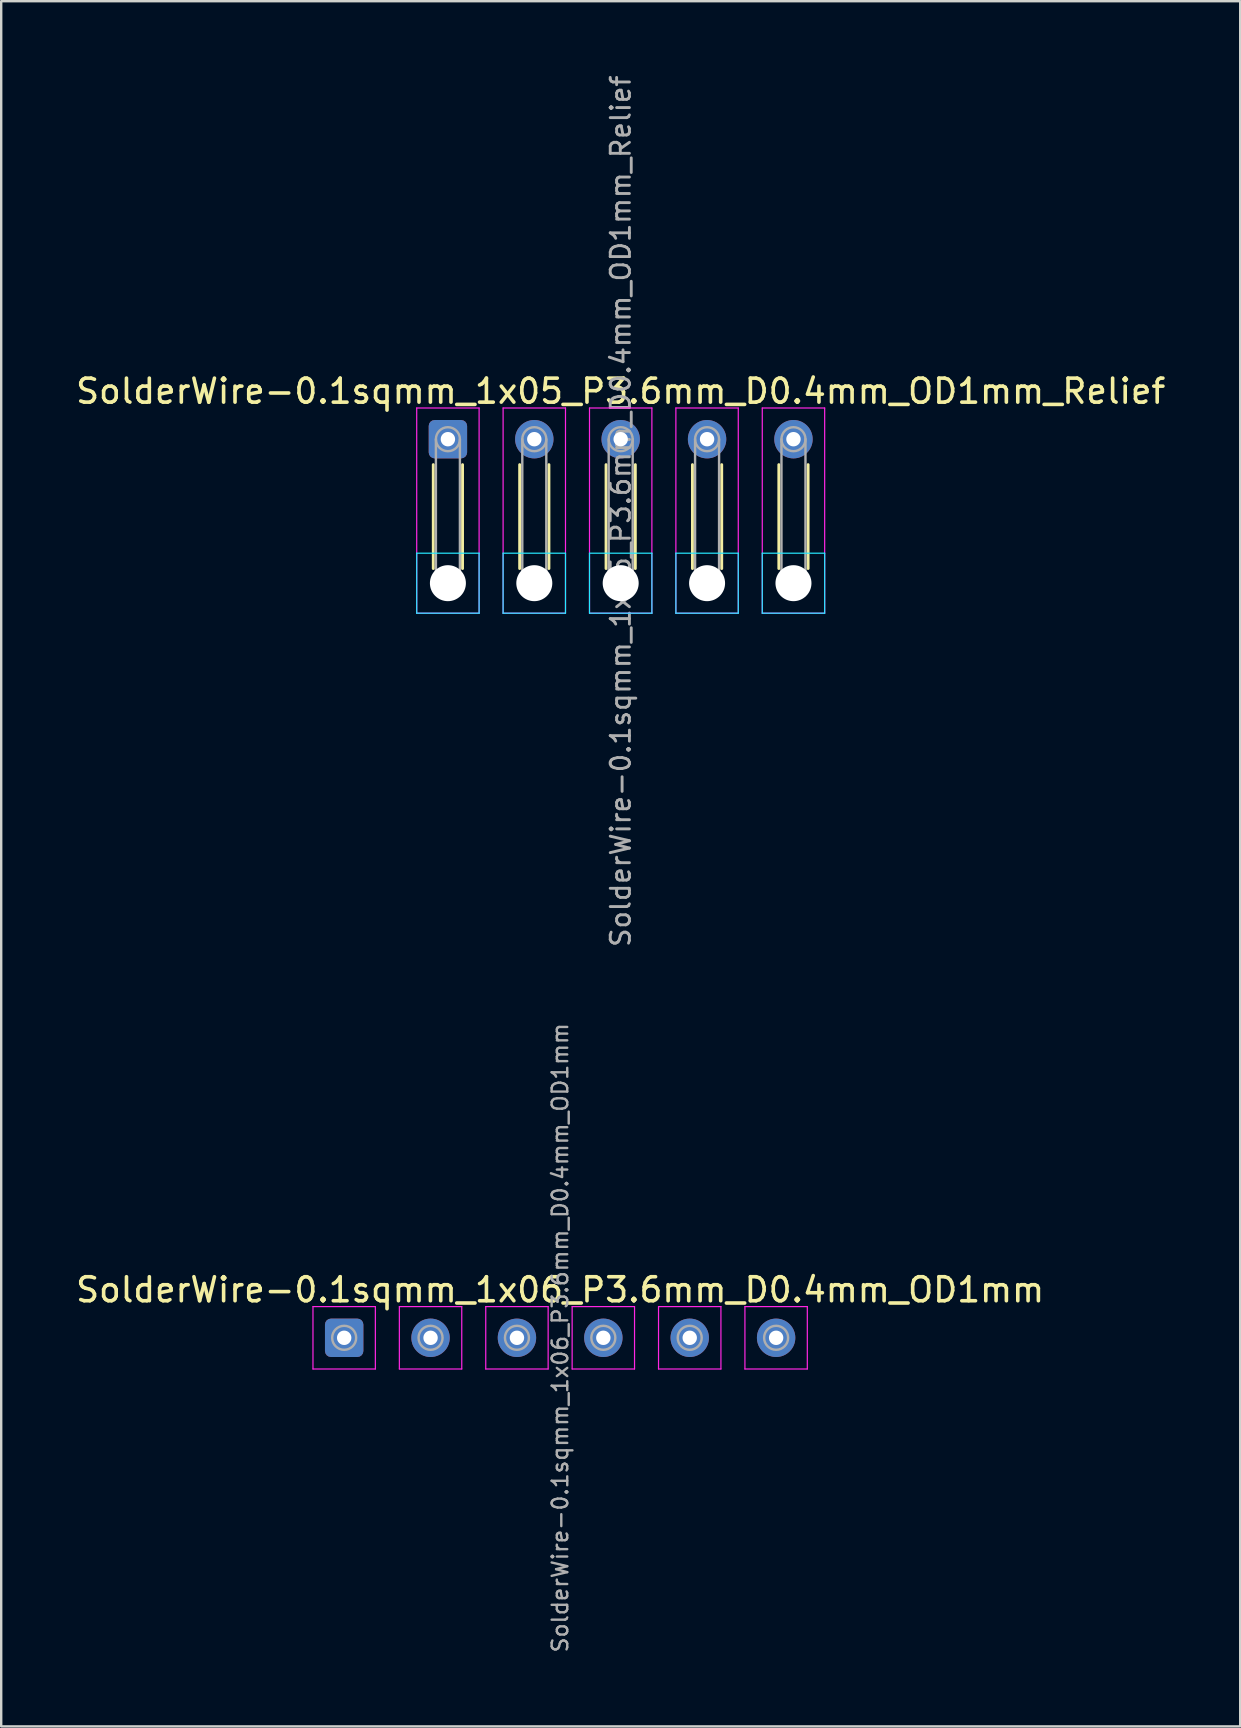
<source format=kicad_pcb>
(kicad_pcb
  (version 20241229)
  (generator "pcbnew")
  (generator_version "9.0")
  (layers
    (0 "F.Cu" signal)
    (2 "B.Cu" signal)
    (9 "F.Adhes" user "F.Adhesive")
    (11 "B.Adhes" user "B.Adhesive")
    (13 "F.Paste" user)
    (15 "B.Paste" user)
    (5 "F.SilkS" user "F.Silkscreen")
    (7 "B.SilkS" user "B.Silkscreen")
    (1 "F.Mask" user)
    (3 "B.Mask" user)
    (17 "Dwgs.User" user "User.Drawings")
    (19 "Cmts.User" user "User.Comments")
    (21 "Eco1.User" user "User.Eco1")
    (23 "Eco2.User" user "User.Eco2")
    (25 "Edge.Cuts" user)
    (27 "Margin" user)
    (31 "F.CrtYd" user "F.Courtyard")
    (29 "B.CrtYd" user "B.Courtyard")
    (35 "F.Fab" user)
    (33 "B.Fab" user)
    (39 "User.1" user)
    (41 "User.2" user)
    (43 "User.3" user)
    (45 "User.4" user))
  (footprint "SolderWire-0.1sqmm_1x05_P3.6mm_D0.4mm_OD1mm_Relief"
    (layer "F.Cu")
    (at 15.615 15.252)
    (property "Reference" "SolderWire-0.1sqmm_1x05_P3.6mm_D0.4mm_OD1mm_Relief" (at 7.2 -2 0) (layer "F.SilkS") (effects (font (size 1 1) (thickness 0.15))))
    (attr exclude_from_pos_files exclude_from_bom)
    (fp_line (start -0.61 1.06) (end -0.61 5.39) (stroke (width 0.12) (type solid)) (layer "F.SilkS"))
    (fp_line (start 0.61 1.06) (end 0.61 5.39) (stroke (width 0.12) (type solid)) (layer "F.SilkS"))
    (fp_line (start 2.99 1.06) (end 2.99 5.39) (stroke (width 0.12) (type solid)) (layer "F.SilkS"))
    (fp_line (start 4.21 1.06) (end 4.21 5.39) (stroke (width 0.12) (type solid)) (layer "F.SilkS"))
    (fp_line (start 6.59 1.06) (end 6.59 5.39) (stroke (width 0.12) (type solid)) (layer "F.SilkS"))
    (fp_line (start 7.81 1.06) (end 7.81 5.39) (stroke (width 0.12) (type solid)) (layer "F.SilkS"))
    (fp_line (start 10.19 1.06) (end 10.19 5.39) (stroke (width 0.12) (type solid)) (layer "F.SilkS"))
    (fp_line (start 11.41 1.06) (end 11.41 5.39) (stroke (width 0.12) (type solid)) (layer "F.SilkS"))
    (fp_line (start 13.79 1.06) (end 13.79 5.39) (stroke (width 0.12) (type solid)) (layer "F.SilkS"))
    (fp_line (start 15.01 1.06) (end 15.01 5.39) (stroke (width 0.12) (type solid)) (layer "F.SilkS"))
    (fp_line (start -1.3 4.75) (end -1.3 7.25) (stroke (width 0.05) (type solid)) (layer "B.CrtYd"))
    (fp_line (start -1.3 7.25) (end 1.3 7.25) (stroke (width 0.05) (type solid)) (layer "B.CrtYd"))
    (fp_line (start 1.3 4.75) (end -1.3 4.75) (stroke (width 0.05) (type solid)) (layer "B.CrtYd"))
    (fp_line (start 1.3 7.25) (end 1.3 4.75) (stroke (width 0.05) (type solid)) (layer "B.CrtYd"))
    (fp_line (start 2.3 4.75) (end 2.3 7.25) (stroke (width 0.05) (type solid)) (layer "B.CrtYd"))
    (fp_line (start 2.3 7.25) (end 4.9 7.25) (stroke (width 0.05) (type solid)) (layer "B.CrtYd"))
    (fp_line (start 4.9 4.75) (end 2.3 4.75) (stroke (width 0.05) (type solid)) (layer "B.CrtYd"))
    (fp_line (start 4.9 7.25) (end 4.9 4.75) (stroke (width 0.05) (type solid)) (layer "B.CrtYd"))
    (fp_line (start 5.9 4.75) (end 5.9 7.25) (stroke (width 0.05) (type solid)) (layer "B.CrtYd"))
    (fp_line (start 5.9 7.25) (end 8.5 7.25) (stroke (width 0.05) (type solid)) (layer "B.CrtYd"))
    (fp_line (start 8.5 4.75) (end 5.9 4.75) (stroke (width 0.05) (type solid)) (layer "B.CrtYd"))
    (fp_line (start 8.5 7.25) (end 8.5 4.75) (stroke (width 0.05) (type solid)) (layer "B.CrtYd"))
    (fp_line (start 9.5 4.75) (end 9.5 7.25) (stroke (width 0.05) (type solid)) (layer "B.CrtYd"))
    (fp_line (start 9.5 7.25) (end 12.1 7.25) (stroke (width 0.05) (type solid)) (layer "B.CrtYd"))
    (fp_line (start 12.1 4.75) (end 9.5 4.75) (stroke (width 0.05) (type solid)) (layer "B.CrtYd"))
    (fp_line (start 12.1 7.25) (end 12.1 4.75) (stroke (width 0.05) (type solid)) (layer "B.CrtYd"))
    (fp_line (start 13.1 4.75) (end 13.1 7.25) (stroke (width 0.05) (type solid)) (layer "B.CrtYd"))
    (fp_line (start 13.1 7.25) (end 15.7 7.25) (stroke (width 0.05) (type solid)) (layer "B.CrtYd"))
    (fp_line (start 15.7 4.75) (end 13.1 4.75) (stroke (width 0.05) (type solid)) (layer "B.CrtYd"))
    (fp_line (start 15.7 7.25) (end 15.7 4.75) (stroke (width 0.05) (type solid)) (layer "B.CrtYd"))
    (fp_line (start -1.3 -1.3) (end -1.3 7.25) (stroke (width 0.05) (type solid)) (layer "F.CrtYd"))
    (fp_line (start -1.3 7.25) (end 1.3 7.25) (stroke (width 0.05) (type solid)) (layer "F.CrtYd"))
    (fp_line (start 1.3 -1.3) (end -1.3 -1.3) (stroke (width 0.05) (type solid)) (layer "F.CrtYd"))
    (fp_line (start 1.3 7.25) (end 1.3 -1.3) (stroke (width 0.05) (type solid)) (layer "F.CrtYd"))
    (fp_line (start 2.3 -1.3) (end 2.3 7.25) (stroke (width 0.05) (type solid)) (layer "F.CrtYd"))
    (fp_line (start 2.3 7.25) (end 4.9 7.25) (stroke (width 0.05) (type solid)) (layer "F.CrtYd"))
    (fp_line (start 4.9 -1.3) (end 2.3 -1.3) (stroke (width 0.05) (type solid)) (layer "F.CrtYd"))
    (fp_line (start 4.9 7.25) (end 4.9 -1.3) (stroke (width 0.05) (type solid)) (layer "F.CrtYd"))
    (fp_line (start 5.9 -1.3) (end 5.9 7.25) (stroke (width 0.05) (type solid)) (layer "F.CrtYd"))
    (fp_line (start 5.9 7.25) (end 8.5 7.25) (stroke (width 0.05) (type solid)) (layer "F.CrtYd"))
    (fp_line (start 8.5 -1.3) (end 5.9 -1.3) (stroke (width 0.05) (type solid)) (layer "F.CrtYd"))
    (fp_line (start 8.5 7.25) (end 8.5 -1.3) (stroke (width 0.05) (type solid)) (layer "F.CrtYd"))
    (fp_line (start 9.5 -1.3) (end 9.5 7.25) (stroke (width 0.05) (type solid)) (layer "F.CrtYd"))
    (fp_line (start 9.5 7.25) (end 12.1 7.25) (stroke (width 0.05) (type solid)) (layer "F.CrtYd"))
    (fp_line (start 12.1 -1.3) (end 9.5 -1.3) (stroke (width 0.05) (type solid)) (layer "F.CrtYd"))
    (fp_line (start 12.1 7.25) (end 12.1 -1.3) (stroke (width 0.05) (type solid)) (layer "F.CrtYd"))
    (fp_line (start 13.1 -1.3) (end 13.1 7.25) (stroke (width 0.05) (type solid)) (layer "F.CrtYd"))
    (fp_line (start 13.1 7.25) (end 15.7 7.25) (stroke (width 0.05) (type solid)) (layer "F.CrtYd"))
    (fp_line (start 15.7 -1.3) (end 13.1 -1.3) (stroke (width 0.05) (type solid)) (layer "F.CrtYd"))
    (fp_line (start 15.7 7.25) (end 15.7 -1.3) (stroke (width 0.05) (type solid)) (layer "F.CrtYd"))
    (fp_line (start -0.5 0) (end -0.5 6) (stroke (width 0.1) (type solid)) (layer "F.Fab"))
    (fp_line (start 0.5 0) (end 0.5 6) (stroke (width 0.1) (type solid)) (layer "F.Fab"))
    (fp_line (start 3.1 0) (end 3.1 6) (stroke (width 0.1) (type solid)) (layer "F.Fab"))
    (fp_line (start 4.1 0) (end 4.1 6) (stroke (width 0.1) (type solid)) (layer "F.Fab"))
    (fp_line (start 6.7 0) (end 6.7 6) (stroke (width 0.1) (type solid)) (layer "F.Fab"))
    (fp_line (start 7.7 0) (end 7.7 6) (stroke (width 0.1) (type solid)) (layer "F.Fab"))
    (fp_line (start 10.3 0) (end 10.3 6) (stroke (width 0.1) (type solid)) (layer "F.Fab"))
    (fp_line (start 11.3 0) (end 11.3 6) (stroke (width 0.1) (type solid)) (layer "F.Fab"))
    (fp_line (start 13.9 0) (end 13.9 6) (stroke (width 0.1) (type solid)) (layer "F.Fab"))
    (fp_line (start 14.9 0) (end 14.9 6) (stroke (width 0.1) (type solid)) (layer "F.Fab"))
    (fp_circle (center 0 0) (end 0.5 0) (stroke (width 0.1) (type solid)) (fill no) (layer "F.Fab"))
    (fp_circle (center 0 6) (end 0.5 6) (stroke (width 0.1) (type solid)) (fill no) (layer "F.Fab"))
    (fp_circle (center 3.6 0) (end 4.1 0) (stroke (width 0.1) (type solid)) (fill no) (layer "F.Fab"))
    (fp_circle (center 3.6 6) (end 4.1 6) (stroke (width 0.1) (type solid)) (fill no) (layer "F.Fab"))
    (fp_circle (center 7.2 0) (end 7.7 0) (stroke (width 0.1) (type solid)) (fill no) (layer "F.Fab"))
    (fp_circle (center 7.2 6) (end 7.7 6) (stroke (width 0.1) (type solid)) (fill no) (layer "F.Fab"))
    (fp_circle (center 10.8 0) (end 11.3 0) (stroke (width 0.1) (type solid)) (fill no) (layer "F.Fab"))
    (fp_circle (center 10.8 6) (end 11.3 6) (stroke (width 0.1) (type solid)) (fill no) (layer "F.Fab"))
    (fp_circle (center 14.4 0) (end 14.9 0) (stroke (width 0.1) (type solid)) (fill no) (layer "F.Fab"))
    (fp_circle (center 14.4 6) (end 14.9 6) (stroke (width 0.1) (type solid)) (fill no) (layer "F.Fab"))
    (fp_text user "${REFERENCE}" (at 7.2 3 90) (layer "F.Fab") (effects (font (size 0.8 0.8) (thickness 0.12))))
    (pad "" np_thru_hole circle (at 0 6) (size 1.5 1.5) (drill 1.5) (layers "*.Cu" "*.Mask"))
    (pad "" np_thru_hole circle (at 3.6 6) (size 1.5 1.5) (drill 1.5) (layers "*.Cu" "*.Mask"))
    (pad "" np_thru_hole circle (at 7.2 6) (size 1.5 1.5) (drill 1.5) (layers "*.Cu" "*.Mask"))
    (pad "" np_thru_hole circle (at 10.8 6) (size 1.5 1.5) (drill 1.5) (layers "*.Cu" "*.Mask"))
    (pad "" np_thru_hole circle (at 14.4 6) (size 1.5 1.5) (drill 1.5) (layers "*.Cu" "*.Mask"))
    (pad "1" thru_hole roundrect (at 0 0) (size 1.6 1.6) (drill 0.6) (layers "*.Cu" "*.Mask") (roundrect_rratio 0.156))
    (pad "2" thru_hole circle (at 3.6 0) (size 1.6 1.6) (drill 0.6) (layers "*.Cu" "*.Mask"))
    (pad "3" thru_hole circle (at 7.2 0) (size 1.6 1.6) (drill 0.6) (layers "*.Cu" "*.Mask"))
    (pad "4" thru_hole circle (at 10.8 0) (size 1.6 1.6) (drill 0.6) (layers "*.Cu" "*.Mask"))
    (pad "5" thru_hole circle (at 14.4 0) (size 1.6 1.6) (drill 0.6) (layers "*.Cu" "*.Mask")))
  (footprint "SolderWire-0.1sqmm_1x06_P3.6mm_D0.4mm_OD1mm"
    (layer "F.Cu")
    (at 11.292 52.698)
    (property "Reference" "SolderWire-0.1sqmm_1x06_P3.6mm_D0.4mm_OD1mm" (at 9 -2 0) (layer "F.SilkS") (effects (font (size 1 1) (thickness 0.15))))
    (attr exclude_from_pos_files exclude_from_bom)
    (fp_line (start -1.3 -1.3) (end -1.3 1.3) (stroke (width 0.05) (type solid)) (layer "F.CrtYd"))
    (fp_line (start -1.3 1.3) (end 1.3 1.3) (stroke (width 0.05) (type solid)) (layer "F.CrtYd"))
    (fp_line (start 1.3 -1.3) (end -1.3 -1.3) (stroke (width 0.05) (type solid)) (layer "F.CrtYd"))
    (fp_line (start 1.3 1.3) (end 1.3 -1.3) (stroke (width 0.05) (type solid)) (layer "F.CrtYd"))
    (fp_line (start 2.3 -1.3) (end 2.3 1.3) (stroke (width 0.05) (type solid)) (layer "F.CrtYd"))
    (fp_line (start 2.3 1.3) (end 4.9 1.3) (stroke (width 0.05) (type solid)) (layer "F.CrtYd"))
    (fp_line (start 4.9 -1.3) (end 2.3 -1.3) (stroke (width 0.05) (type solid)) (layer "F.CrtYd"))
    (fp_line (start 4.9 1.3) (end 4.9 -1.3) (stroke (width 0.05) (type solid)) (layer "F.CrtYd"))
    (fp_line (start 5.9 -1.3) (end 5.9 1.3) (stroke (width 0.05) (type solid)) (layer "F.CrtYd"))
    (fp_line (start 5.9 1.3) (end 8.5 1.3) (stroke (width 0.05) (type solid)) (layer "F.CrtYd"))
    (fp_line (start 8.5 -1.3) (end 5.9 -1.3) (stroke (width 0.05) (type solid)) (layer "F.CrtYd"))
    (fp_line (start 8.5 1.3) (end 8.5 -1.3) (stroke (width 0.05) (type solid)) (layer "F.CrtYd"))
    (fp_line (start 9.5 -1.3) (end 9.5 1.3) (stroke (width 0.05) (type solid)) (layer "F.CrtYd"))
    (fp_line (start 9.5 1.3) (end 12.1 1.3) (stroke (width 0.05) (type solid)) (layer "F.CrtYd"))
    (fp_line (start 12.1 -1.3) (end 9.5 -1.3) (stroke (width 0.05) (type solid)) (layer "F.CrtYd"))
    (fp_line (start 12.1 1.3) (end 12.1 -1.3) (stroke (width 0.05) (type solid)) (layer "F.CrtYd"))
    (fp_line (start 13.1 -1.3) (end 13.1 1.3) (stroke (width 0.05) (type solid)) (layer "F.CrtYd"))
    (fp_line (start 13.1 1.3) (end 15.7 1.3) (stroke (width 0.05) (type solid)) (layer "F.CrtYd"))
    (fp_line (start 15.7 -1.3) (end 13.1 -1.3) (stroke (width 0.05) (type solid)) (layer "F.CrtYd"))
    (fp_line (start 15.7 1.3) (end 15.7 -1.3) (stroke (width 0.05) (type solid)) (layer "F.CrtYd"))
    (fp_line (start 16.7 -1.3) (end 16.7 1.3) (stroke (width 0.05) (type solid)) (layer "F.CrtYd"))
    (fp_line (start 16.7 1.3) (end 19.3 1.3) (stroke (width 0.05) (type solid)) (layer "F.CrtYd"))
    (fp_line (start 19.3 -1.3) (end 16.7 -1.3) (stroke (width 0.05) (type solid)) (layer "F.CrtYd"))
    (fp_line (start 19.3 1.3) (end 19.3 -1.3) (stroke (width 0.05) (type solid)) (layer "F.CrtYd"))
    (fp_circle (center 0 0) (end 0.5 0) (stroke (width 0.1) (type solid)) (fill no) (layer "F.Fab"))
    (fp_circle (center 3.6 0) (end 4.1 0) (stroke (width 0.1) (type solid)) (fill no) (layer "F.Fab"))
    (fp_circle (center 7.2 0) (end 7.7 0) (stroke (width 0.1) (type solid)) (fill no) (layer "F.Fab"))
    (fp_circle (center 10.8 0) (end 11.3 0) (stroke (width 0.1) (type solid)) (fill no) (layer "F.Fab"))
    (fp_circle (center 14.4 0) (end 14.9 0) (stroke (width 0.1) (type solid)) (fill no) (layer "F.Fab"))
    (fp_circle (center 18 0) (end 18.5 0) (stroke (width 0.1) (type solid)) (fill no) (layer "F.Fab"))
    (fp_text user "${REFERENCE}" (at 9 0 90) (layer "F.Fab") (effects (font (size 0.65 0.65) (thickness 0.1))))
    (pad "1" thru_hole roundrect (at 0 0) (size 1.6 1.6) (drill 0.6) (layers "*.Cu" "*.Mask") (roundrect_rratio 0.156))
    (pad "2" thru_hole circle (at 3.6 0) (size 1.6 1.6) (drill 0.6) (layers "*.Cu" "*.Mask"))
    (pad "3" thru_hole circle (at 7.2 0) (size 1.6 1.6) (drill 0.6) (layers "*.Cu" "*.Mask"))
    (pad "4" thru_hole circle (at 10.8 0) (size 1.6 1.6) (drill 0.6) (layers "*.Cu" "*.Mask"))
    (pad "5" thru_hole circle (at 14.4 0) (size 1.6 1.6) (drill 0.6) (layers "*.Cu" "*.Mask"))
    (pad "6" thru_hole circle (at 18 0) (size 1.6 1.6) (drill 0.6) (layers "*.Cu" "*.Mask")))
  (gr_rect
    (start -3 -3)
    (end 48.631 68.891)
    (stroke (width 0.1) (type default))
    (fill no)
    (layer "Edge.Cuts")))
</source>
